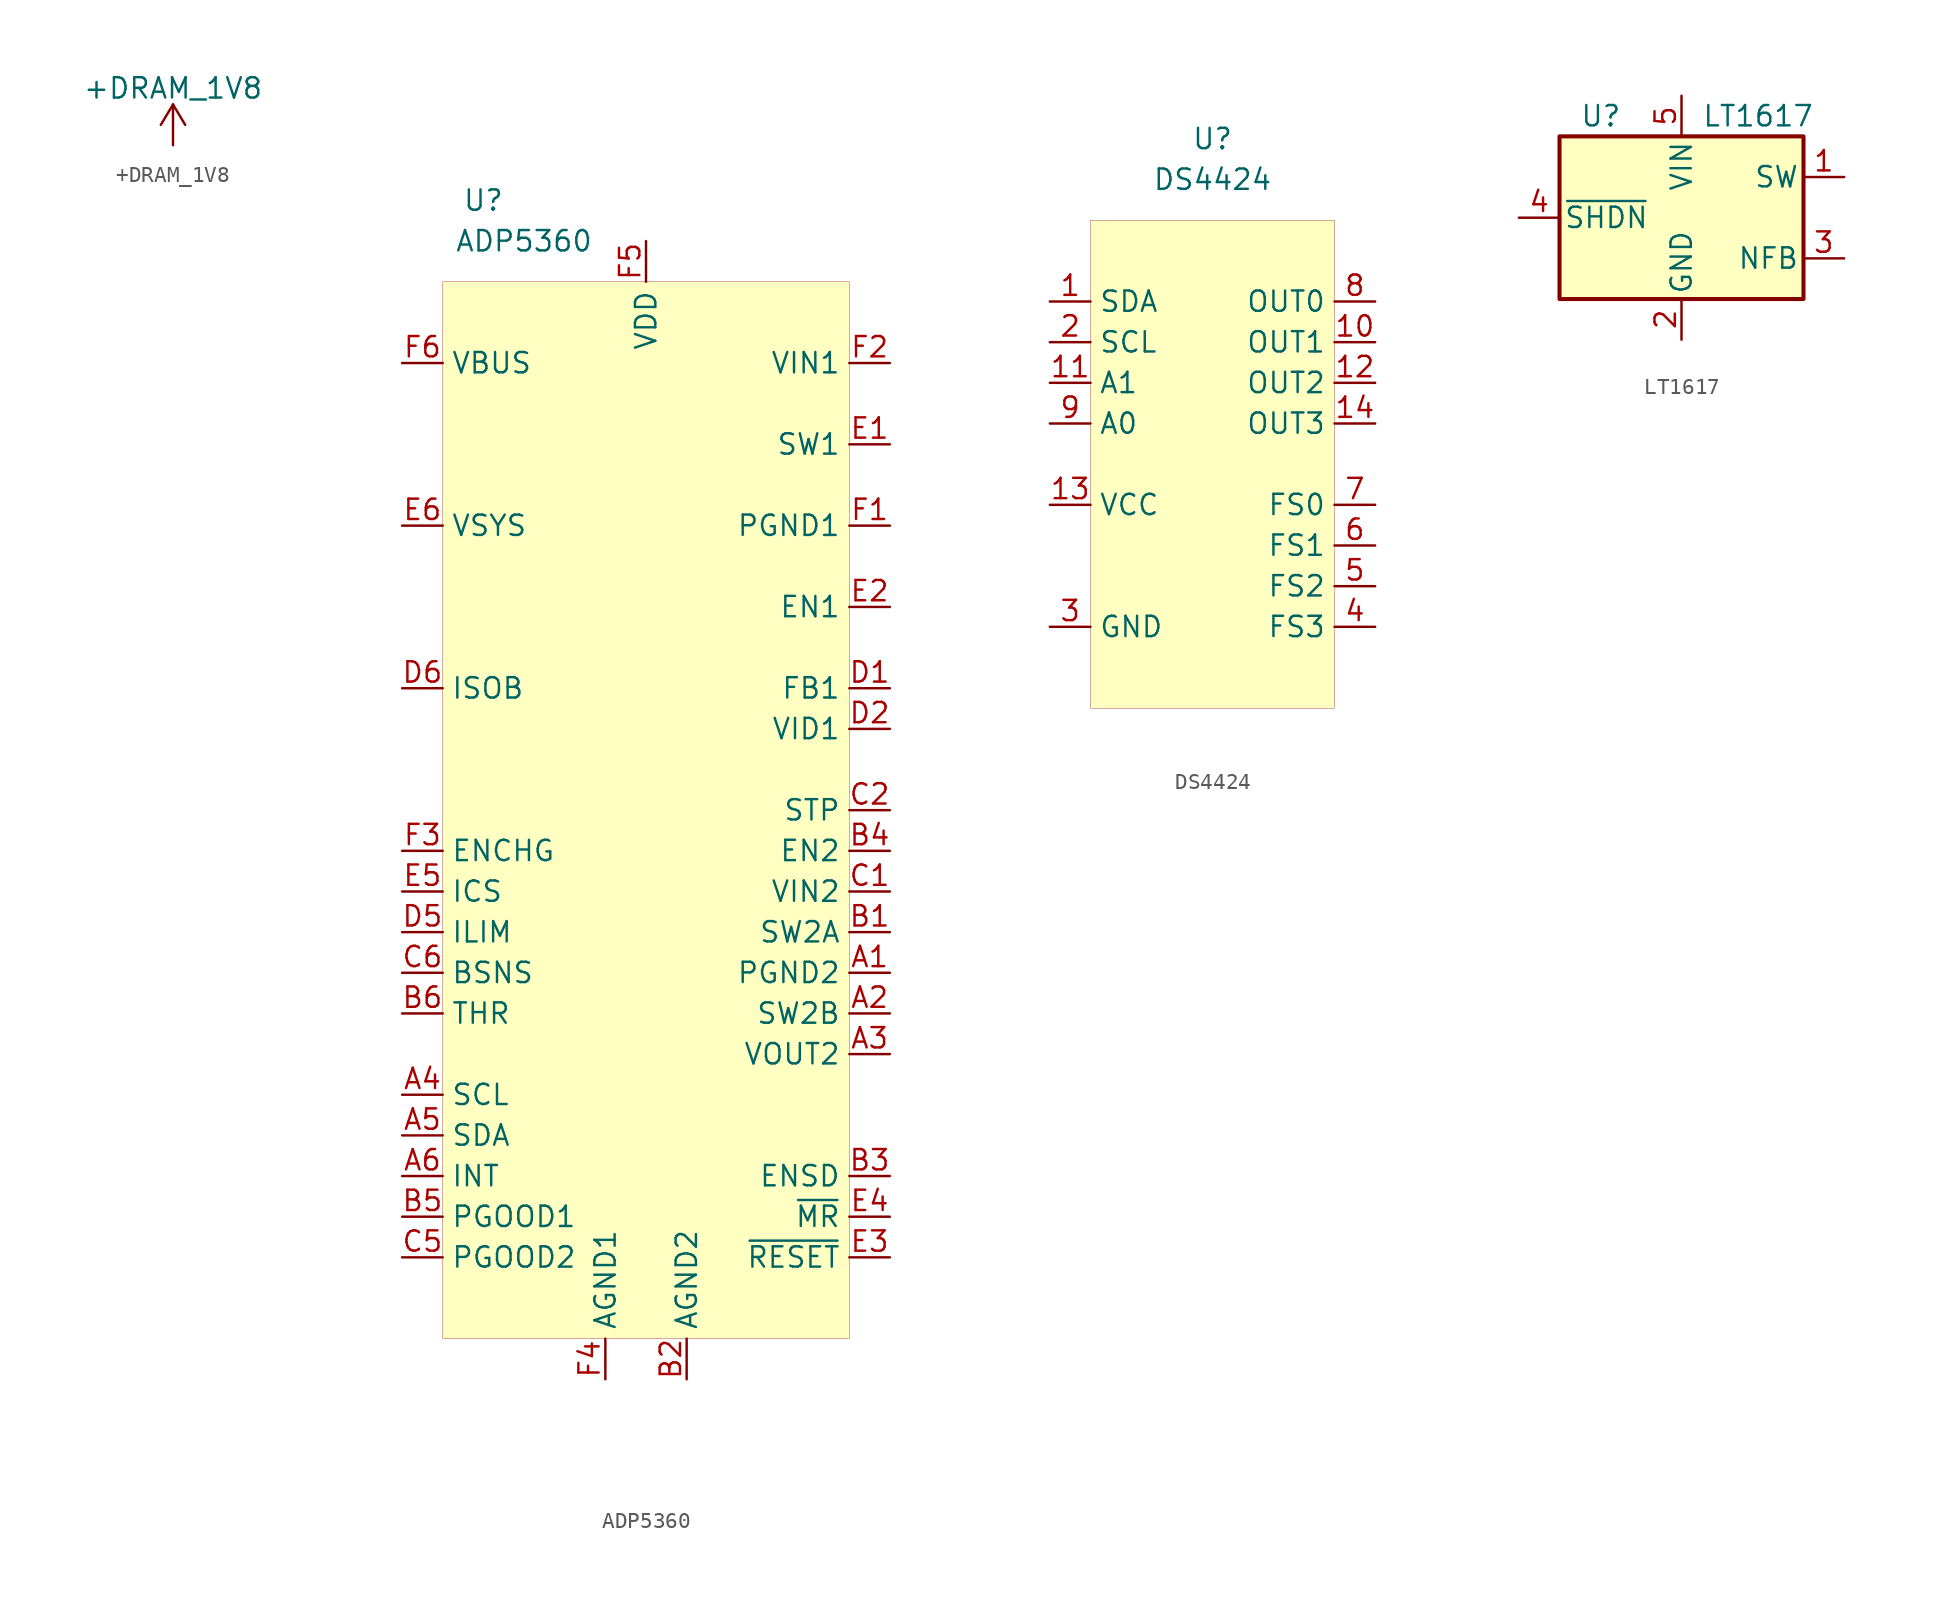
<source format=kicad_sym>
(kicad_symbol_lib
  (version 20201005)
  (generator kicad_symbol_editor)
  (symbol "symbols:+DRAM_1V8"
    (power)
    (pin_names
      (offset 0))
    (property "Reference" "#PWR"
      (at 0 -3.81 0)
      (effects (font (size 1.27 1.27)) hide))
    (property "Value" "+DRAM_1V8"
      (at 0 3.556 0)
      (effects (font (size 1.27 1.27))))
    (symbol "+DRAM_1V8_0_1"
      (polyline (pts (xy -0.762 1.27) (xy 0 2.54)) (stroke (width 0)) (fill (type none)))
      (polyline (pts (xy 0 0) (xy 0 2.54)) (stroke (width 0)) (fill (type none)))
      (polyline (pts (xy 0 2.54) (xy 0.762 1.27)) (stroke (width 0)) (fill (type none))))
    (symbol "+DRAM_1V8_1_1"
      (pin power_in line (at 0 0 90) (length 0) hide (name "+DRAM_1V8" (effects (font (size 1.27 1.27)))) (number "1" (effects (font (size 1.27 1.27)))))))
  (symbol "symbols:ADP5360"
    (property "Reference" "U"
      (at -10.16 0 0)
      (effects (font (size 1.27 1.27))))
    (property "Value" "ADP5360"
      (at -7.62 -2.54 0)
      (effects (font (size 1.27 1.27))))
    (symbol "ADP5360_0_1"
      (rectangle (start -12.7 -5.08) (end 12.7 -71.12) (stroke (width 0.001)) (fill (type background))))
    (symbol "ADP5360_1_1"
      (pin input line (at -15.24 -10.16 0) (length 2.54) (name "VBUS" (effects (font (size 1.27 1.27)))) (number "F6" (effects (font (size 1.27 1.27)))))
      (pin input line (at -15.24 -20.32 0) (length 2.54) (name "VSYS" (effects (font (size 1.27 1.27)))) (number "E6" (effects (font (size 1.27 1.27)))))
      (pin input line (at -15.24 -30.48 0) (length 2.54) (name "ISOB" (effects (font (size 1.27 1.27)))) (number "D6" (effects (font (size 1.27 1.27)))))
      (pin input line (at -15.24 -40.64 0) (length 2.54) (name "ENCHG" (effects (font (size 1.27 1.27)))) (number "F3" (effects (font (size 1.27 1.27)))))
      (pin input line (at -15.24 -43.18 0) (length 2.54) (name "ICS" (effects (font (size 1.27 1.27)))) (number "E5" (effects (font (size 1.27 1.27)))))
      (pin input line (at -15.24 -45.72 0) (length 2.54) (name "ILIM" (effects (font (size 1.27 1.27)))) (number "D5" (effects (font (size 1.27 1.27)))))
      (pin input line (at -15.24 -48.26 0) (length 2.54) (name "BSNS" (effects (font (size 1.27 1.27)))) (number "C6" (effects (font (size 1.27 1.27)))))
      (pin input line (at -15.24 -50.8 0) (length 2.54) (name "THR" (effects (font (size 1.27 1.27)))) (number "B6" (effects (font (size 1.27 1.27)))))
      (pin input line (at -15.24 -55.88 0) (length 2.54) (name "SCL" (effects (font (size 1.27 1.27)))) (number "A4" (effects (font (size 1.27 1.27)))))
      (pin input line (at -15.24 -60.96 0) (length 2.54) (name "INT" (effects (font (size 1.27 1.27)))) (number "A6" (effects (font (size 1.27 1.27)))))
      (pin input line (at -15.24 -63.5 0) (length 2.54) (name "PGOOD1" (effects (font (size 1.27 1.27)))) (number "B5" (effects (font (size 1.27 1.27)))))
      (pin input line (at -15.24 -66.04 0) (length 2.54) (name "PGOOD2" (effects (font (size 1.27 1.27)))) (number "C5" (effects (font (size 1.27 1.27)))))
      (pin input line (at 15.24 -10.16 180) (length 2.54) (name "VIN1" (effects (font (size 1.27 1.27)))) (number "F2" (effects (font (size 1.27 1.27)))))
      (pin input line (at 15.24 -15.24 180) (length 2.54) (name "SW1" (effects (font (size 1.27 1.27)))) (number "E1" (effects (font (size 1.27 1.27)))))
      (pin input line (at 15.24 -20.32 180) (length 2.54) (name "PGND1" (effects (font (size 1.27 1.27)))) (number "F1" (effects (font (size 1.27 1.27)))))
      (pin input line (at 15.24 -25.4 180) (length 2.54) (name "EN1" (effects (font (size 1.27 1.27)))) (number "E2" (effects (font (size 1.27 1.27)))))
      (pin input line (at 15.24 -30.48 180) (length 2.54) (name "FB1" (effects (font (size 1.27 1.27)))) (number "D1" (effects (font (size 1.27 1.27)))))
      (pin input line (at 15.24 -33.02 180) (length 2.54) (name "VID1" (effects (font (size 1.27 1.27)))) (number "D2" (effects (font (size 1.27 1.27)))))
      (pin input line (at 15.24 -38.1 180) (length 2.54) (name "STP" (effects (font (size 1.27 1.27)))) (number "C2" (effects (font (size 1.27 1.27)))))
      (pin input line (at 15.24 -40.64 180) (length 2.54) (name "EN2" (effects (font (size 1.27 1.27)))) (number "B4" (effects (font (size 1.27 1.27)))))
      (pin input line (at 15.24 -43.18 180) (length 2.54) (name "VIN2" (effects (font (size 1.27 1.27)))) (number "C1" (effects (font (size 1.27 1.27)))))
      (pin input line (at 15.24 -45.72 180) (length 2.54) (name "SW2A" (effects (font (size 1.27 1.27)))) (number "B1" (effects (font (size 1.27 1.27)))))
      (pin input line (at 15.24 -48.26 180) (length 2.54) (name "PGND2" (effects (font (size 1.27 1.27)))) (number "A1" (effects (font (size 1.27 1.27)))))
      (pin input line (at 15.24 -50.8 180) (length 2.54) (name "SW2B" (effects (font (size 1.27 1.27)))) (number "A2" (effects (font (size 1.27 1.27)))))
      (pin input line (at 15.24 -53.34 180) (length 2.54) (name "VOUT2" (effects (font (size 1.27 1.27)))) (number "A3" (effects (font (size 1.27 1.27)))))
      (pin input line (at 15.24 -60.96 180) (length 2.54) (name "ENSD" (effects (font (size 1.27 1.27)))) (number "B3" (effects (font (size 1.27 1.27)))))
      (pin input line (at 15.24 -63.5 180) (length 2.54) (name "~MR" (effects (font (size 1.27 1.27)))) (number "E4" (effects (font (size 1.27 1.27)))))
      (pin input line (at 15.24 -66.04 180) (length 2.54) (name "~RESET" (effects (font (size 1.27 1.27)))) (number "E3" (effects (font (size 1.27 1.27)))))
      (pin input line (at -15.24 -58.42 0) (length 2.54) (name "SDA" (effects (font (size 1.27 1.27)))) (number "A5" (effects (font (size 1.27 1.27)))))
      (pin input line (at 2.54 -73.66 90) (length 2.54) (name "AGND2" (effects (font (size 1.27 1.27)))) (number "B2" (effects (font (size 1.27 1.27)))))
      (pin input line (at -2.54 -73.66 90) (length 2.54) (name "AGND1" (effects (font (size 1.27 1.27)))) (number "F4" (effects (font (size 1.27 1.27)))))
      (pin input line (at 0 -2.54 270) (length 2.54) (name "VDD" (effects (font (size 1.27 1.27)))) (number "F5" (effects (font (size 1.27 1.27)))))))
  (symbol "symbols:DS4424"
    (property "Reference" "U"
      (at 0 0 0)
      (effects (font (size 1.27 1.27))))
    (property "Value" "DS4424"
      (at 0 -2.54 0)
      (effects (font (size 1.27 1.27))))
    (symbol "DS4424_0_1"
      (rectangle (start -7.62 -5.08) (end 7.62 -35.56) (stroke (width 0.001)) (fill (type background))))
    (symbol "DS4424_1_1"
      (pin input line (at -10.16 -10.16 0) (length 2.54) (name "SDA" (effects (font (size 1.27 1.27)))) (number "1" (effects (font (size 1.27 1.27)))))
      (pin input line (at -10.16 -12.7 0) (length 2.54) (name "SCL" (effects (font (size 1.27 1.27)))) (number "2" (effects (font (size 1.27 1.27)))))
      (pin input line (at -10.16 -15.24 0) (length 2.54) (name "A1" (effects (font (size 1.27 1.27)))) (number "11" (effects (font (size 1.27 1.27)))))
      (pin input line (at -10.16 -17.78 0) (length 2.54) (name "A0" (effects (font (size 1.27 1.27)))) (number "9" (effects (font (size 1.27 1.27)))))
      (pin power_in line (at -10.16 -30.48 0) (length 2.54) (name "GND" (effects (font (size 1.27 1.27)))) (number "3" (effects (font (size 1.27 1.27)))))
      (pin power_in line (at -10.16 -22.86 0) (length 2.54) (name "VCC" (effects (font (size 1.27 1.27)))) (number "13" (effects (font (size 1.27 1.27)))))
      (pin bidirectional line (at 10.16 -10.16 180) (length 2.54) (name "OUT0" (effects (font (size 1.27 1.27)))) (number "8" (effects (font (size 1.27 1.27)))))
      (pin bidirectional line (at 10.16 -12.7 180) (length 2.54) (name "OUT1" (effects (font (size 1.27 1.27)))) (number "10" (effects (font (size 1.27 1.27)))))
      (pin bidirectional line (at 10.16 -15.24 180) (length 2.54) (name "OUT2" (effects (font (size 1.27 1.27)))) (number "12" (effects (font (size 1.27 1.27)))))
      (pin bidirectional line (at 10.16 -17.78 180) (length 2.54) (name "OUT3" (effects (font (size 1.27 1.27)))) (number "14" (effects (font (size 1.27 1.27)))))
      (pin input line (at 10.16 -22.86 180) (length 2.54) (name "FS0" (effects (font (size 1.27 1.27)))) (number "7" (effects (font (size 1.27 1.27)))))
      (pin input line (at 10.16 -25.4 180) (length 2.54) (name "FS1" (effects (font (size 1.27 1.27)))) (number "6" (effects (font (size 1.27 1.27)))))
      (pin input line (at 10.16 -27.94 180) (length 2.54) (name "FS2" (effects (font (size 1.27 1.27)))) (number "5" (effects (font (size 1.27 1.27)))))
      (pin input line (at 10.16 -30.48 180) (length 2.54) (name "FS3" (effects (font (size 1.27 1.27)))) (number "4" (effects (font (size 1.27 1.27)))))))
  (symbol "symbols:LT1617"
    (pin_names
      (offset 0.254))
    (property "Reference" "U"
      (at -6.35 6.35 0)
      (effects (font (size 1.27 1.27)) (justify left)))
    (property "Value" "LT1617"
      (at 1.27 6.35 0)
      (effects (font (size 1.27 1.27)) (justify left)))
    (symbol "LT1617_0_1"
      (rectangle (start -7.62 5.08) (end 7.62 -5.08) (stroke (width 0.254)) (fill (type background))))
    (symbol "LT1617_1_1"
      (pin output line (at 10.16 2.54 180) (length 2.54) (name "SW" (effects (font (size 1.27 1.27)))) (number "1" (effects (font (size 1.27 1.27)))))
      (pin power_in line (at 0 -7.62 90) (length 2.54) (name "GND" (effects (font (size 1.27 1.27)))) (number "2" (effects (font (size 1.27 1.27)))))
      (pin input line (at 10.16 -2.54 180) (length 2.54) (name "NFB" (effects (font (size 1.27 1.27)))) (number "3" (effects (font (size 1.27 1.27)))))
      (pin input line (at -10.16 0 0) (length 2.54) (name "~SHDN" (effects (font (size 1.27 1.27)))) (number "4" (effects (font (size 1.27 1.27)))))
      (pin power_in line (at 0 7.62 270) (length 2.54) (name "VIN" (effects (font (size 1.27 1.27)))) (number "5" (effects (font (size 1.27 1.27))))))))
</source>
